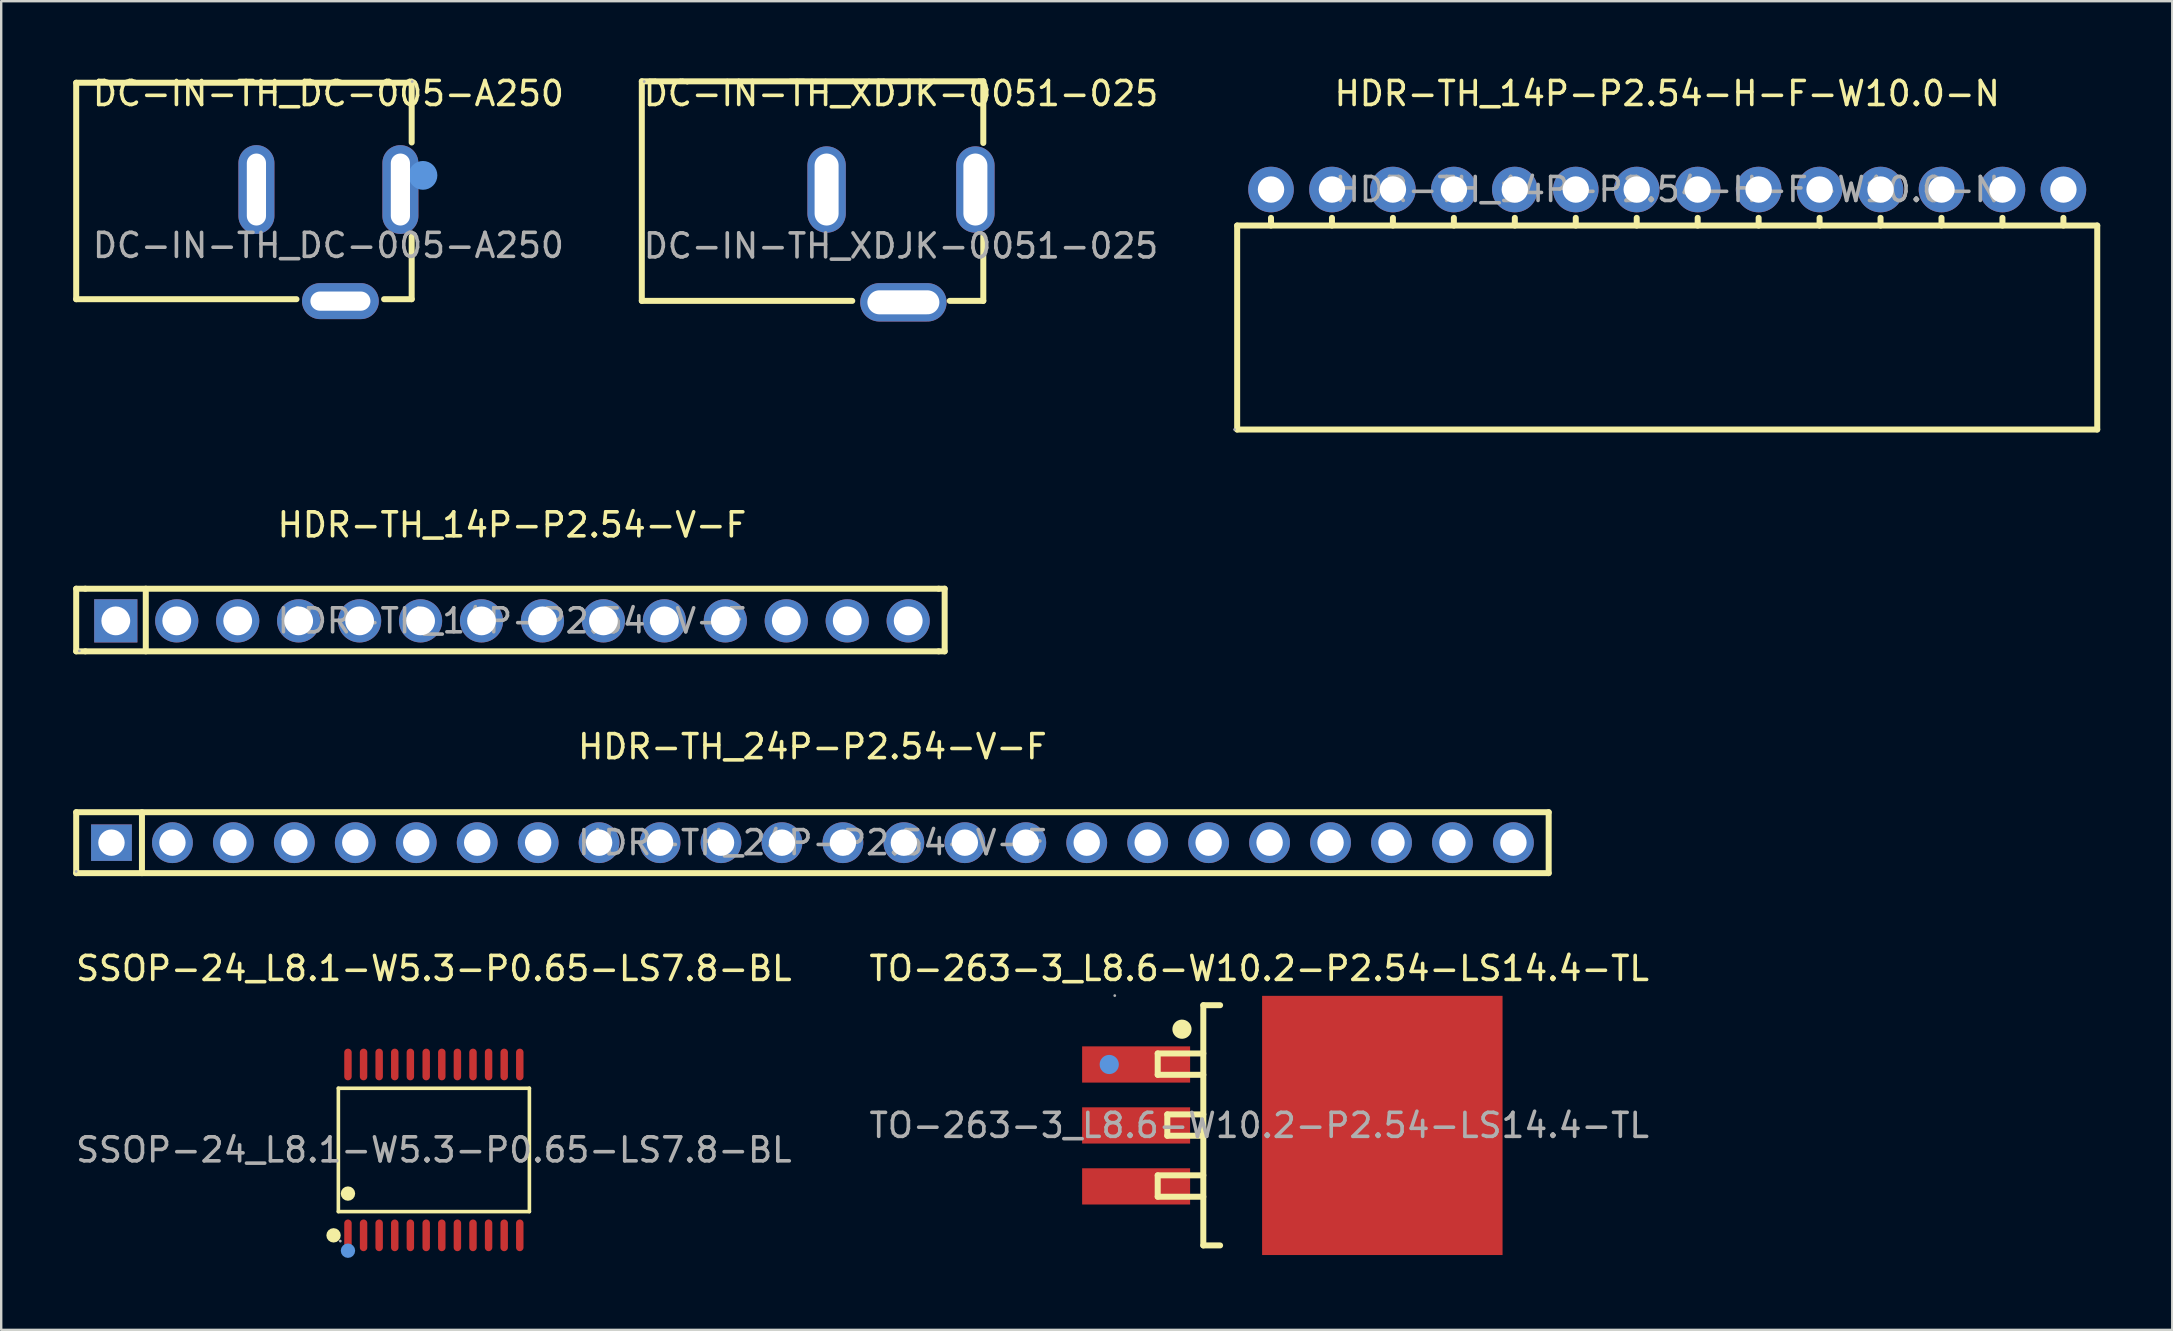
<source format=kicad_pcb>
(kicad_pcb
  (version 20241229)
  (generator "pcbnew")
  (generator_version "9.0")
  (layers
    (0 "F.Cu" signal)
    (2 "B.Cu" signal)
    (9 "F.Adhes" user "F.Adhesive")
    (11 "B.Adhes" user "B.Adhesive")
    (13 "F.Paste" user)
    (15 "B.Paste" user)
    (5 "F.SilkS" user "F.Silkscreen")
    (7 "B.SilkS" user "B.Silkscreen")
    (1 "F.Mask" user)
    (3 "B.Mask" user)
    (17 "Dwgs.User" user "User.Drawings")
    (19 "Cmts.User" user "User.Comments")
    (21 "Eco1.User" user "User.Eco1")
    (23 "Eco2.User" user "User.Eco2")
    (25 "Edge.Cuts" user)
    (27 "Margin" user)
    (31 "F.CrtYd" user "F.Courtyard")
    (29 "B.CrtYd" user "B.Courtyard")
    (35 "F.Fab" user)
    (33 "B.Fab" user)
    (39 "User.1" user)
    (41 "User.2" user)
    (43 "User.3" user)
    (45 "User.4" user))
  (footprint "DC-IN-TH_XDJK-0051-025"
    (layer "F.Cu")
    (at 34.495 7.198)
    (property "Reference" "DC-IN-TH_XDJK-0051-025" (at 0 -6.35 0) (layer "F.SilkS") (effects (font (size 1 1) (thickness 0.15))))
    (attr through_hole)
    (fp_line (start -10.8 -6.86) (end -10.8 2.29) (stroke (width 0.25) (type solid)) (layer "F.SilkS"))
    (fp_line (start -10.8 2.29) (end -2.03 2.29) (stroke (width 0.25) (type solid)) (layer "F.SilkS"))
    (fp_line (start 2.03 2.29) (end 3.43 2.29) (stroke (width 0.25) (type solid)) (layer "F.SilkS"))
    (fp_line (start 3.43 -6.86) (end -10.8 -6.86) (stroke (width 0.25) (type solid)) (layer "F.SilkS"))
    (fp_line (start 3.43 -4.29) (end 3.43 -6.86) (stroke (width 0.25) (type solid)) (layer "F.SilkS"))
    (fp_line (start 3.43 2.29) (end 3.43 -0.41) (stroke (width 0.25) (type solid)) (layer "F.SilkS"))
    (fp_circle (center -10.7 -6.85) (end -10.67 -6.85) (stroke (width 0.06) (type solid)) (fill no) (layer "F.Fab"))
    (fp_text user "${REFERENCE}" (at 0 0 0) (layer "F.Fab") (effects (font (size 1 1) (thickness 0.15))))
    (pad "1" thru_hole oval (at 3.1 -2.35) (size 1.6 3.6) (drill oval 1 3) (layers "*.Cu" "*.Mask"))
    (pad "2" thru_hole oval (at -3.1 -2.35 180) (size 1.6 3.6) (drill oval 1 3) (layers "*.Cu" "*.Mask"))
    (pad "3" thru_hole oval (at 0.1 2.35 180) (size 3.6 1.6) (drill oval 3 1) (layers "*.Cu" "*.Mask")))
  (footprint "HDR-TH_14P-P2.54-V-F"
    (layer "F.Cu")
    (at 18.285 22.822)
    (property "Reference" "HDR-TH_14P-P2.54-V-F" (at 0 -4 0) (layer "F.SilkS") (effects (font (size 1 1) (thickness 0.15))))
    (attr through_hole)
    (fp_line (start -18.16 -1.34) (end -18.16 1.27) (stroke (width 0.25) (type solid)) (layer "F.SilkS"))
    (fp_line (start -18.16 1.27) (end -17.78 1.27) (stroke (width 0.25) (type solid)) (layer "F.SilkS"))
    (fp_line (start -17.78 -1.34) (end -18.16 -1.34) (stroke (width 0.25) (type solid)) (layer "F.SilkS"))
    (fp_line (start -17.78 -1.34) (end 17.78 -1.34) (stroke (width 0.25) (type solid)) (layer "F.SilkS"))
    (fp_line (start -17.78 1.27) (end 17.78 1.27) (stroke (width 0.25) (type solid)) (layer "F.SilkS"))
    (fp_line (start -15.26 -1.34) (end -15.26 1.27) (stroke (width 0.25) (type solid)) (layer "F.SilkS"))
    (fp_line (start 17.78 -1.34) (end 18.03 -1.34) (stroke (width 0.25) (type solid)) (layer "F.SilkS"))
    (fp_line (start 18.03 -1.34) (end 18.03 1.27) (stroke (width 0.25) (type solid)) (layer "F.SilkS"))
    (fp_line (start 18.03 1.27) (end 17.78 1.27) (stroke (width 0.25) (type solid)) (layer "F.SilkS"))
    (fp_circle (center -18.03 1.25) (end -18 1.25) (stroke (width 0.06) (type solid)) (fill no) (layer "F.Fab"))
    (fp_text user "${REFERENCE}" (at 0 0 0) (layer "F.Fab") (effects (font (size 1 1) (thickness 0.15))))
    (pad "1" thru_hole rect (at -16.51 0) (size 1.8 1.8) (drill 1.2) (layers "*.Cu" "*.Mask"))
    (pad "2" thru_hole circle (at -13.97 0) (size 1.8 1.8) (drill 1.2) (layers "*.Cu" "*.Mask"))
    (pad "3" thru_hole circle (at -11.43 0) (size 1.8 1.8) (drill 1.2) (layers "*.Cu" "*.Mask"))
    (pad "4" thru_hole circle (at -8.89 0) (size 1.8 1.8) (drill 1.2) (layers "*.Cu" "*.Mask"))
    (pad "5" thru_hole circle (at -6.35 0) (size 1.8 1.8) (drill 1.2) (layers "*.Cu" "*.Mask"))
    (pad "6" thru_hole circle (at -3.81 0) (size 1.8 1.8) (drill 1.2) (layers "*.Cu" "*.Mask"))
    (pad "7" thru_hole circle (at -1.27 0) (size 1.8 1.8) (drill 1.2) (layers "*.Cu" "*.Mask"))
    (pad "8" thru_hole circle (at 1.27 0) (size 1.8 1.8) (drill 1.2) (layers "*.Cu" "*.Mask"))
    (pad "9" thru_hole circle (at 3.81 0) (size 1.8 1.8) (drill 1.2) (layers "*.Cu" "*.Mask"))
    (pad "10" thru_hole circle (at 6.35 0) (size 1.8 1.8) (drill 1.2) (layers "*.Cu" "*.Mask"))
    (pad "11" thru_hole circle (at 8.89 0) (size 1.8 1.8) (drill 1.2) (layers "*.Cu" "*.Mask"))
    (pad "12" thru_hole circle (at 11.43 0) (size 1.8 1.8) (drill 1.2) (layers "*.Cu" "*.Mask"))
    (pad "13" thru_hole circle (at 13.97 0) (size 1.8 1.8) (drill 1.2) (layers "*.Cu" "*.Mask"))
    (pad "14" thru_hole circle (at 16.51 0) (size 1.8 1.8) (drill 1.2) (layers "*.Cu" "*.Mask")))
  (footprint "HDR-TH_24P-P2.54-V-F"
    (layer "F.Cu")
    (at 30.805 32.065)
    (property "Reference" "HDR-TH_24P-P2.54-V-F" (at 0 -4 0) (layer "F.SilkS") (effects (font (size 1 1) (thickness 0.15))))
    (attr through_hole)
    (fp_line (start -30.68 -1.27) (end -30.68 1.27) (stroke (width 0.25) (type solid)) (layer "F.SilkS"))
    (fp_line (start -30.68 -1.27) (end 30.68 -1.27) (stroke (width 0.25) (type solid)) (layer "F.SilkS"))
    (fp_line (start -30.68 1.27) (end 30.68 1.27) (stroke (width 0.25) (type solid)) (layer "F.SilkS"))
    (fp_line (start -27.94 -1.27) (end -27.94 1.27) (stroke (width 0.25) (type solid)) (layer "F.SilkS"))
    (fp_line (start 30.68 -1.27) (end 30.68 1.27) (stroke (width 0.25) (type solid)) (layer "F.SilkS"))
    (fp_circle (center -30.68 1.2) (end -30.65 1.2) (stroke (width 0.06) (type solid)) (fill no) (layer "F.Fab"))
    (fp_text user "${REFERENCE}" (at 0 0 0) (layer "F.Fab") (effects (font (size 1 1) (thickness 0.15))))
    (pad "1" thru_hole rect (at -29.21 0) (size 1.7 1.52) (drill 1.1) (layers "*.Cu" "*.Mask"))
    (pad "2" thru_hole circle (at -26.67 0) (size 1.7 1.7) (drill 1.1) (layers "*.Cu" "*.Mask"))
    (pad "3" thru_hole circle (at -24.13 0) (size 1.7 1.7) (drill 1.1) (layers "*.Cu" "*.Mask"))
    (pad "4" thru_hole circle (at -21.59 0) (size 1.7 1.7) (drill 1.1) (layers "*.Cu" "*.Mask"))
    (pad "5" thru_hole circle (at -19.05 0) (size 1.7 1.7) (drill 1.1) (layers "*.Cu" "*.Mask"))
    (pad "6" thru_hole circle (at -16.51 0) (size 1.7 1.7) (drill 1.1) (layers "*.Cu" "*.Mask"))
    (pad "7" thru_hole circle (at -13.97 0) (size 1.7 1.7) (drill 1.1) (layers "*.Cu" "*.Mask"))
    (pad "8" thru_hole circle (at -11.43 0) (size 1.7 1.7) (drill 1.1) (layers "*.Cu" "*.Mask"))
    (pad "9" thru_hole circle (at -8.89 0) (size 1.7 1.7) (drill 1.1) (layers "*.Cu" "*.Mask"))
    (pad "10" thru_hole circle (at -6.35 0) (size 1.7 1.7) (drill 1.1) (layers "*.Cu" "*.Mask"))
    (pad "11" thru_hole circle (at -3.81 0) (size 1.7 1.7) (drill 1.1) (layers "*.Cu" "*.Mask"))
    (pad "12" thru_hole circle (at -1.27 0) (size 1.7 1.7) (drill 1.1) (layers "*.Cu" "*.Mask"))
    (pad "13" thru_hole circle (at 1.27 0) (size 1.7 1.7) (drill 1.1) (layers "*.Cu" "*.Mask"))
    (pad "14" thru_hole circle (at 3.81 0) (size 1.7 1.7) (drill 1.1) (layers "*.Cu" "*.Mask"))
    (pad "15" thru_hole circle (at 6.35 0) (size 1.7 1.7) (drill 1.1) (layers "*.Cu" "*.Mask"))
    (pad "16" thru_hole circle (at 8.89 0) (size 1.7 1.7) (drill 1.1) (layers "*.Cu" "*.Mask"))
    (pad "17" thru_hole circle (at 11.43 0) (size 1.7 1.7) (drill 1.1) (layers "*.Cu" "*.Mask"))
    (pad "18" thru_hole circle (at 13.97 0) (size 1.7 1.7) (drill 1.1) (layers "*.Cu" "*.Mask"))
    (pad "19" thru_hole circle (at 16.51 0) (size 1.7 1.7) (drill 1.1) (layers "*.Cu" "*.Mask"))
    (pad "20" thru_hole circle (at 19.05 0) (size 1.7 1.7) (drill 1.1) (layers "*.Cu" "*.Mask"))
    (pad "21" thru_hole circle (at 21.59 0) (size 1.7 1.7) (drill 1.1) (layers "*.Cu" "*.Mask"))
    (pad "22" thru_hole circle (at 24.13 0) (size 1.7 1.7) (drill 1.1) (layers "*.Cu" "*.Mask"))
    (pad "23" thru_hole circle (at 26.67 0) (size 1.7 1.7) (drill 1.1) (layers "*.Cu" "*.Mask"))
    (pad "24" thru_hole circle (at 29.21 0) (size 1.7 1.7) (drill 1.1) (layers "*.Cu" "*.Mask")))
  (footprint "SSOP-24_L8.1-W5.3-P0.65-LS7.8-BL"
    (layer "F.Cu")
    (at 15.03 44.868)
    (property "Reference" "SSOP-24_L8.1-W5.3-P0.65-LS7.8-BL" (at 0 -7.56 0) (layer "F.SilkS") (effects (font (size 1 1) (thickness 0.15))))
    (attr smd)
    (fp_line (start -3.98 -2.57) (end 3.98 -2.57) (stroke (width 0.15) (type solid)) (layer "F.SilkS"))
    (fp_line (start -3.98 2.57) (end -3.98 -2.57) (stroke (width 0.15) (type solid)) (layer "F.SilkS"))
    (fp_line (start 3.98 -2.57) (end 3.98 2.57) (stroke (width 0.15) (type solid)) (layer "F.SilkS"))
    (fp_line (start 3.98 2.57) (end -3.98 2.57) (stroke (width 0.15) (type solid)) (layer "F.SilkS"))
    (fp_circle (center -4.18 3.56) (end -4.03 3.56) (stroke (width 0.3) (type solid)) (fill no) (layer "F.SilkS"))
    (fp_circle (center -3.58 1.82) (end -3.43 1.82) (stroke (width 0.3) (type solid)) (fill no) (layer "F.SilkS"))
    (fp_circle (center -3.58 4.2) (end -3.43 4.2) (stroke (width 0.3) (type solid)) (fill no) (layer "Cmts.User"))
    (fp_circle (center -3.9 3.8) (end -3.87 3.8) (stroke (width 0.06) (type solid)) (fill no) (layer "F.Fab"))
    (fp_text user "${REFERENCE}" (at 0 0 0) (layer "F.Fab") (effects (font (size 1 1) (thickness 0.15))))
    (pad "1" smd oval (at -3.58 3.56) (size 0.31 1.32) (layers "F.Cu" "F.Mask" "F.Paste"))
    (pad "2" smd oval (at -2.93 3.56) (size 0.31 1.32) (layers "F.Cu" "F.Mask" "F.Paste"))
    (pad "3" smd oval (at -2.28 3.56) (size 0.31 1.32) (layers "F.Cu" "F.Mask" "F.Paste"))
    (pad "4" smd oval (at -1.63 3.56) (size 0.31 1.32) (layers "F.Cu" "F.Mask" "F.Paste"))
    (pad "5" smd oval (at -0.98 3.56) (size 0.31 1.32) (layers "F.Cu" "F.Mask" "F.Paste"))
    (pad "6" smd oval (at -0.32 3.56) (size 0.31 1.32) (layers "F.Cu" "F.Mask" "F.Paste"))
    (pad "7" smd oval (at 0.33 3.56) (size 0.31 1.32) (layers "F.Cu" "F.Mask" "F.Paste"))
    (pad "8" smd oval (at 0.98 3.56) (size 0.31 1.32) (layers "F.Cu" "F.Mask" "F.Paste"))
    (pad "9" smd oval (at 1.63 3.56) (size 0.31 1.32) (layers "F.Cu" "F.Mask" "F.Paste"))
    (pad "10" smd oval (at 2.28 3.56) (size 0.31 1.32) (layers "F.Cu" "F.Mask" "F.Paste"))
    (pad "11" smd oval (at 2.93 3.56) (size 0.31 1.32) (layers "F.Cu" "F.Mask" "F.Paste"))
    (pad "12" smd oval (at 3.58 3.56) (size 0.31 1.32) (layers "F.Cu" "F.Mask" "F.Paste"))
    (pad "13" smd oval (at 3.58 -3.56) (size 0.31 1.32) (layers "F.Cu" "F.Mask" "F.Paste"))
    (pad "14" smd oval (at 2.93 -3.56) (size 0.31 1.32) (layers "F.Cu" "F.Mask" "F.Paste"))
    (pad "15" smd oval (at 2.28 -3.56) (size 0.31 1.32) (layers "F.Cu" "F.Mask" "F.Paste"))
    (pad "16" smd oval (at 1.63 -3.56) (size 0.31 1.32) (layers "F.Cu" "F.Mask" "F.Paste"))
    (pad "17" smd oval (at 0.98 -3.56) (size 0.31 1.32) (layers "F.Cu" "F.Mask" "F.Paste"))
    (pad "18" smd oval (at 0.33 -3.56) (size 0.31 1.32) (layers "F.Cu" "F.Mask" "F.Paste"))
    (pad "19" smd oval (at -0.32 -3.56) (size 0.31 1.32) (layers "F.Cu" "F.Mask" "F.Paste"))
    (pad "20" smd oval (at -0.98 -3.56) (size 0.31 1.32) (layers "F.Cu" "F.Mask" "F.Paste"))
    (pad "21" smd oval (at -1.63 -3.56) (size 0.31 1.32) (layers "F.Cu" "F.Mask" "F.Paste"))
    (pad "22" smd oval (at -2.28 -3.56) (size 0.31 1.32) (layers "F.Cu" "F.Mask" "F.Paste"))
    (pad "23" smd oval (at -2.93 -3.56) (size 0.31 1.32) (layers "F.Cu" "F.Mask" "F.Paste"))
    (pad "24" smd oval (at -3.58 -3.56) (size 0.31 1.32) (layers "F.Cu" "F.Mask" "F.Paste")))
  (footprint "DC-IN-TH_DC-005-A250"
    (layer "F.Cu")
    (at 10.635 7.178)
    (property "Reference" "DC-IN-TH_DC-005-A250" (at 0 -6.33 0) (layer "F.SilkS") (effects (font (size 1 1) (thickness 0.15))))
    (attr through_hole)
    (fp_line (start -10.51 -6.78) (end -10.51 2.24) (stroke (width 0.25) (type solid)) (layer "F.SilkS"))
    (fp_line (start -10.51 2.24) (end -1.33 2.24) (stroke (width 0.25) (type solid)) (layer "F.SilkS"))
    (fp_line (start 2.32 2.24) (end 3.47 2.24) (stroke (width 0.25) (type solid)) (layer "F.SilkS"))
    (fp_line (start 3.47 -6.78) (end -10.51 -6.78) (stroke (width 0.25) (type solid)) (layer "F.SilkS"))
    (fp_line (start 3.47 -4.29) (end 3.47 -6.78) (stroke (width 0.25) (type solid)) (layer "F.SilkS"))
    (fp_line (start 3.47 2.24) (end 3.47 -0.37) (stroke (width 0.25) (type solid)) (layer "F.SilkS"))
    (fp_circle (center 3.94 -2.92) (end 4.24 -2.92) (stroke (width 0.6) (type solid)) (fill no) (layer "Cmts.User"))
    (fp_circle (center 3.49 -6.83) (end 3.52 -6.83) (stroke (width 0.06) (type solid)) (fill no) (layer "F.Fab"))
    (fp_text user "${REFERENCE}" (at 0 0 0) (layer "F.Fab") (effects (font (size 1 1) (thickness 0.15))))
    (pad "1" thru_hole oval (at 3 -2.33) (size 1.5 3.7) (drill oval 0.8 3) (layers "*.Cu" "*.Mask"))
    (pad "2" thru_hole oval (at -3 -2.33) (size 1.5 3.7) (drill oval 0.8 3) (layers "*.Cu" "*.Mask"))
    (pad "3" thru_hole oval (at 0.5 2.32) (size 3.2 1.5) (drill oval 2.5 0.8) (layers "*.Cu" "*.Mask")))
  (footprint "HDR-TH_14P-P2.54-H-F-W10.0-N"
    (layer "F.Cu")
    (at 66.424 4.848)
    (property "Reference" "HDR-TH_14P-P2.54-H-F-W10.0-N" (at 0 -4 0) (layer "F.SilkS") (effects (font (size 1 1) (thickness 0.15))))
    (attr through_hole)
    (fp_line (start -17.92 1.5) (end -17.92 10) (stroke (width 0.25) (type solid)) (layer "F.SilkS"))
    (fp_line (start -17.92 1.5) (end 17.92 1.5) (stroke (width 0.25) (type solid)) (layer "F.SilkS"))
    (fp_line (start -17.92 10) (end 17.92 10) (stroke (width 0.25) (type solid)) (layer "F.SilkS"))
    (fp_line (start -16.51 1.5) (end -16.51 1.18) (stroke (width 0.25) (type solid)) (layer "F.SilkS"))
    (fp_line (start -13.97 1.18) (end -13.97 1.5) (stroke (width 0.25) (type solid)) (layer "F.SilkS"))
    (fp_line (start -11.43 1.18) (end -11.43 1.5) (stroke (width 0.25) (type solid)) (layer "F.SilkS"))
    (fp_line (start -8.89 1.18) (end -8.89 1.5) (stroke (width 0.25) (type solid)) (layer "F.SilkS"))
    (fp_line (start -6.35 1.18) (end -6.35 1.5) (stroke (width 0.25) (type solid)) (layer "F.SilkS"))
    (fp_line (start -3.81 1.18) (end -3.81 1.5) (stroke (width 0.25) (type solid)) (layer "F.SilkS"))
    (fp_line (start -1.27 1.18) (end -1.27 1.5) (stroke (width 0.25) (type solid)) (layer "F.SilkS"))
    (fp_line (start 1.27 1.18) (end 1.27 1.5) (stroke (width 0.25) (type solid)) (layer "F.SilkS"))
    (fp_line (start 3.81 1.18) (end 3.81 1.5) (stroke (width 0.25) (type solid)) (layer "F.SilkS"))
    (fp_line (start 6.35 1.18) (end 6.35 1.5) (stroke (width 0.25) (type solid)) (layer "F.SilkS"))
    (fp_line (start 8.89 1.18) (end 8.89 1.5) (stroke (width 0.25) (type solid)) (layer "F.SilkS"))
    (fp_line (start 11.43 1.18) (end 11.43 1.5) (stroke (width 0.25) (type solid)) (layer "F.SilkS"))
    (fp_line (start 13.97 1.18) (end 13.97 1.5) (stroke (width 0.25) (type solid)) (layer "F.SilkS"))
    (fp_line (start 16.51 1.18) (end 16.51 1.5) (stroke (width 0.25) (type solid)) (layer "F.SilkS"))
    (fp_line (start 17.92 10) (end 17.92 1.5) (stroke (width 0.25) (type solid)) (layer "F.SilkS"))
    (fp_circle (center -18.03 10) (end -18 10) (stroke (width 0.06) (type solid)) (fill no) (layer "F.Fab"))
    (fp_text user "${REFERENCE}" (at 0 0 0) (layer "F.Fab") (effects (font (size 1 1) (thickness 0.15))))
    (pad "1" thru_hole circle (at -16.51 0) (size 1.9 1.9) (drill 1.1) (layers "*.Cu" "*.Mask"))
    (pad "2" thru_hole circle (at -13.97 0) (size 1.9 1.9) (drill 1.1) (layers "*.Cu" "*.Mask"))
    (pad "3" thru_hole circle (at -11.43 0) (size 1.9 1.9) (drill 1.1) (layers "*.Cu" "*.Mask"))
    (pad "4" thru_hole circle (at -8.89 0) (size 1.9 1.9) (drill 1.1) (layers "*.Cu" "*.Mask"))
    (pad "5" thru_hole circle (at -6.35 0) (size 1.9 1.9) (drill 1.1) (layers "*.Cu" "*.Mask"))
    (pad "6" thru_hole circle (at -3.81 0) (size 1.9 1.9) (drill 1.1) (layers "*.Cu" "*.Mask"))
    (pad "7" thru_hole circle (at -1.27 0) (size 1.9 1.9) (drill 1.1) (layers "*.Cu" "*.Mask"))
    (pad "8" thru_hole circle (at 1.27 0) (size 1.9 1.9) (drill 1.1) (layers "*.Cu" "*.Mask"))
    (pad "9" thru_hole circle (at 3.81 0) (size 1.9 1.9) (drill 1.1) (layers "*.Cu" "*.Mask"))
    (pad "10" thru_hole circle (at 6.35 0) (size 1.9 1.9) (drill 1.1) (layers "*.Cu" "*.Mask"))
    (pad "11" thru_hole circle (at 8.89 0) (size 1.9 1.9) (drill 1.1) (layers "*.Cu" "*.Mask"))
    (pad "12" thru_hole circle (at 11.43 0) (size 1.9 1.9) (drill 1.1) (layers "*.Cu" "*.Mask"))
    (pad "13" thru_hole circle (at 13.97 0) (size 1.9 1.9) (drill 1.1) (layers "*.Cu" "*.Mask"))
    (pad "14" thru_hole circle (at 16.51 0) (size 1.9 1.9) (drill 1.1) (layers "*.Cu" "*.Mask")))
  (footprint "TO-263-3_L8.6-W10.2-P2.54-LS14.4-TL"
    (layer "F.Cu")
    (at 49.423 43.848)
    (property "Reference" "TO-263-3_L8.6-W10.2-P2.54-LS14.4-TL" (at 0 -6.54 0) (layer "F.SilkS") (effects (font (size 1 1) (thickness 0.15))))
    (attr smd)
    (fp_line (start -4.23 -2.11) (end -4.23 -3) (stroke (width 0.25) (type solid)) (layer "F.SilkS"))
    (fp_line (start -4.23 2.08) (end -2.33 2.08) (stroke (width 0.25) (type solid)) (layer "F.SilkS"))
    (fp_line (start -4.23 2.97) (end -4.23 2.08) (stroke (width 0.25) (type solid)) (layer "F.SilkS"))
    (fp_line (start -3.83 -0.46) (end -2.33 -0.46) (stroke (width 0.25) (type solid)) (layer "F.SilkS"))
    (fp_line (start -3.83 0.43) (end -3.83 -0.46) (stroke (width 0.25) (type solid)) (layer "F.SilkS"))
    (fp_line (start -2.33 -5.01) (end -1.63 -5.01) (stroke (width 0.25) (type solid)) (layer "F.SilkS"))
    (fp_line (start -2.33 -3) (end -4.23 -3) (stroke (width 0.25) (type solid)) (layer "F.SilkS"))
    (fp_line (start -2.33 -2.11) (end -4.23 -2.11) (stroke (width 0.25) (type solid)) (layer "F.SilkS"))
    (fp_line (start -2.33 0.43) (end -3.83 0.43) (stroke (width 0.25) (type solid)) (layer "F.SilkS"))
    (fp_line (start -2.33 2.97) (end -4.23 2.97) (stroke (width 0.25) (type solid)) (layer "F.SilkS"))
    (fp_line (start -2.33 5) (end -2.33 -5.01) (stroke (width 0.25) (type solid)) (layer "F.SilkS"))
    (fp_line (start -1.63 5) (end -2.33 5) (stroke (width 0.25) (type solid)) (layer "F.SilkS"))
    (fp_arc (start -3.22 -4.21) (mid -3.214991 -3.810063) (end -3.230014 -4.209749) (stroke (width 0.4) (type solid)) (layer "F.SilkS"))
    (fp_circle (center -6.25 -2.54) (end -6.05 -2.54) (stroke (width 0.4) (type solid)) (fill no) (layer "Cmts.User"))
    (fp_circle (center -6.02 -5.41) (end -5.99 -5.41) (stroke (width 0.06) (type solid)) (fill no) (layer "F.Fab"))
    (fp_text user "${REFERENCE}" (at 0 0 0) (layer "F.Fab") (effects (font (size 1 1) (thickness 0.15))))
    (pad "1" smd rect (at -5.13 -2.54) (size 4.5 1.51) (layers "F.Cu" "F.Mask" "F.Paste"))
    (pad "2" smd rect (at -5.13 0) (size 4.5 1.51) (layers "F.Cu" "F.Mask" "F.Paste"))
    (pad "3" smd rect (at -5.13 2.54) (size 4.5 1.51) (layers "F.Cu" "F.Mask" "F.Paste"))
    (pad "4" smd rect (at 5.13 0) (size 10.02 10.8) (layers "F.Cu" "F.Mask" "F.Paste")))
  (gr_rect
    (start -3 -3)
    (end 87.469 52.368)
    (stroke (width 0.1) (type default))
    (fill no)
    (layer "Edge.Cuts")))
</source>
